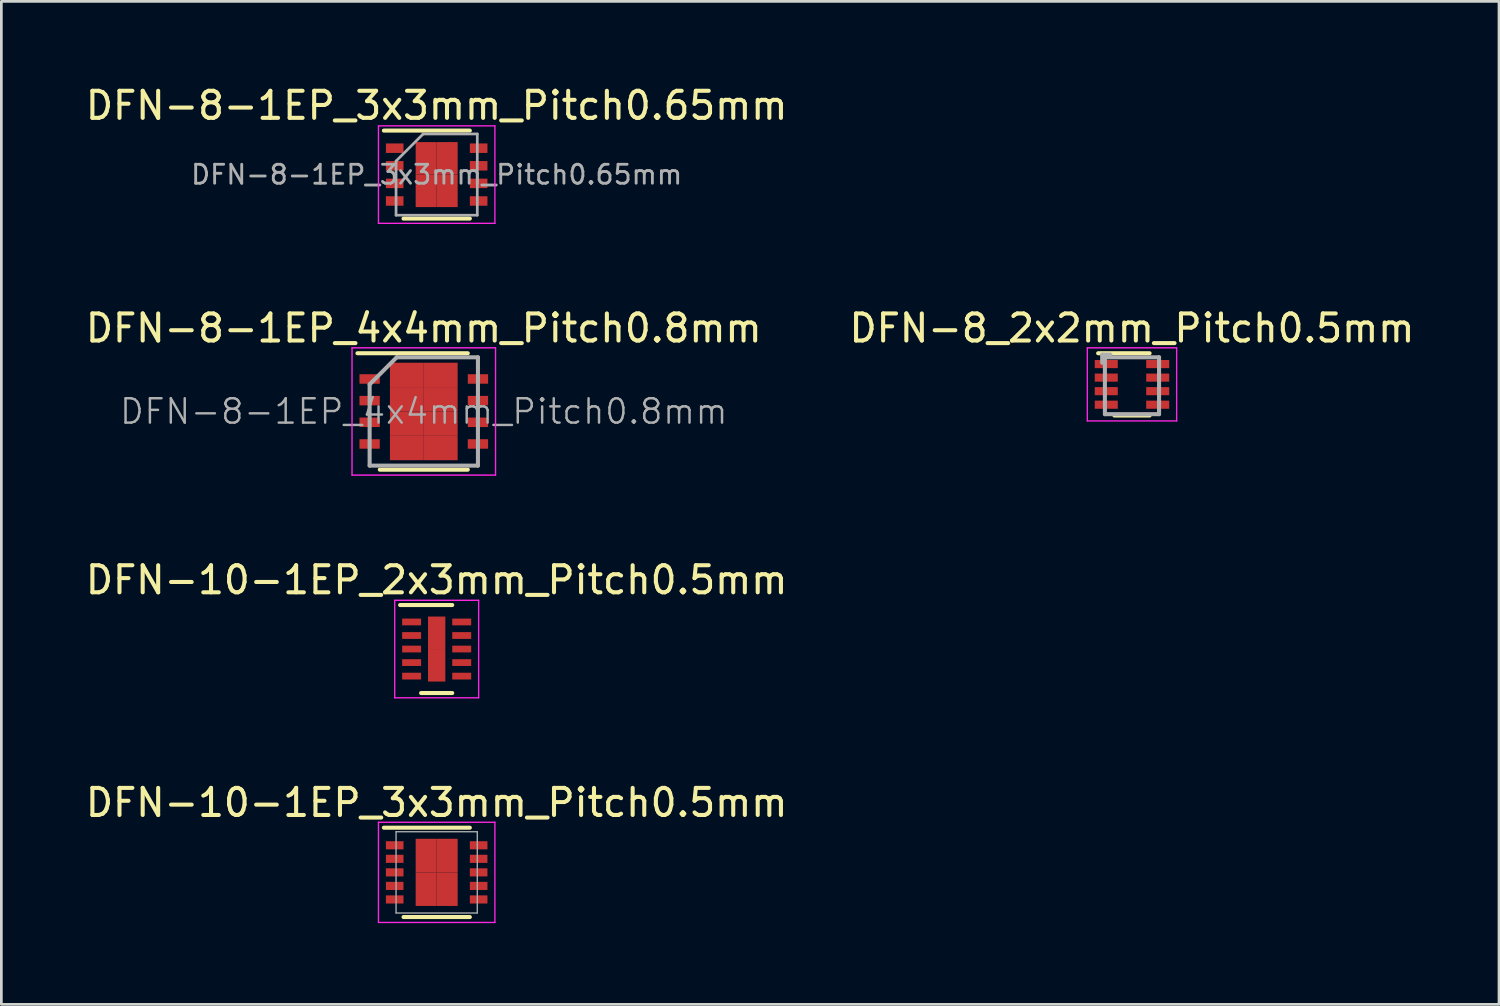
<source format=kicad_pcb>
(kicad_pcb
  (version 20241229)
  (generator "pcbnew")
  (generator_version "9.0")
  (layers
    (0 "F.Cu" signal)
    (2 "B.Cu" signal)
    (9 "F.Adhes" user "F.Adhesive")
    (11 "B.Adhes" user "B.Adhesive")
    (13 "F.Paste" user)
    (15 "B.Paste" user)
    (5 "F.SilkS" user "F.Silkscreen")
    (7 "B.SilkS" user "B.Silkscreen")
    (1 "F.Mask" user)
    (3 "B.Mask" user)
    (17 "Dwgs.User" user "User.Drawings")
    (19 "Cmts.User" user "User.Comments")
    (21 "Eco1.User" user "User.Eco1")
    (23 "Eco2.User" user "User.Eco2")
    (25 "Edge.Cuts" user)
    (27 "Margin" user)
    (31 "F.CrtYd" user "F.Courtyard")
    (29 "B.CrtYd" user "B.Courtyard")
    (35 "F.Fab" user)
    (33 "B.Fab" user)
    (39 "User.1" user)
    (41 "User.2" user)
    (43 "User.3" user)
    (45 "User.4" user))
  (footprint "DFN-8-1EP_4x4mm_Pitch0.8mm"
    (layer "F.Cu")
    (at 12.601 12.146)
    (property "Reference" "DFN-8-1EP_4x4mm_Pitch0.8mm" (at 0 -3.075 0) (layer "F.SilkS") (effects (font (size 1 1) (thickness 0.15))))
    (attr smd)
    (fp_line (start -2.45 -2.15) (end 1.625 -2.15) (stroke (width 0.15) (type solid)) (layer "F.SilkS"))
    (fp_line (start -1.625 2.15) (end 1.625 2.15) (stroke (width 0.15) (type solid)) (layer "F.SilkS"))
    (fp_line (start -2.65 -2.35) (end -2.65 2.35) (stroke (width 0.05) (type solid)) (layer "F.CrtYd"))
    (fp_line (start -2.65 -2.35) (end 2.65 -2.35) (stroke (width 0.05) (type solid)) (layer "F.CrtYd"))
    (fp_line (start -2.65 2.35) (end 2.65 2.35) (stroke (width 0.05) (type solid)) (layer "F.CrtYd"))
    (fp_line (start 2.65 -2.35) (end 2.65 2.35) (stroke (width 0.05) (type solid)) (layer "F.CrtYd"))
    (fp_line (start -2 -1) (end -1 -2) (stroke (width 0.15) (type solid)) (layer "F.Fab"))
    (fp_line (start -2 2) (end -2 -1) (stroke (width 0.15) (type solid)) (layer "F.Fab"))
    (fp_line (start -1 -2) (end 2 -2) (stroke (width 0.15) (type solid)) (layer "F.Fab"))
    (fp_line (start 2 -2) (end 2 2) (stroke (width 0.15) (type solid)) (layer "F.Fab"))
    (fp_line (start 2 2) (end -2 2) (stroke (width 0.15) (type solid)) (layer "F.Fab"))
    (fp_text user "${REFERENCE}" (at 0 0 0) (layer "F.Fab") (effects (font (size 0.9 0.9) (thickness 0.09))))
    (pad "1" smd rect (at -2 -1.2) (size 0.75 0.35) (layers "F.Cu" "F.Mask" "F.Paste"))
    (pad "2" smd rect (at -2 -0.4) (size 0.75 0.35) (layers "F.Cu" "F.Mask" "F.Paste"))
    (pad "3" smd rect (at -2 0.4) (size 0.75 0.35) (layers "F.Cu" "F.Mask" "F.Paste"))
    (pad "4" smd rect (at -2 1.2) (size 0.75 0.35) (layers "F.Cu" "F.Mask" "F.Paste"))
    (pad "5" smd rect (at 2 1.2) (size 0.75 0.35) (layers "F.Cu" "F.Mask" "F.Paste"))
    (pad "6" smd rect (at 2 0.4) (size 0.75 0.35) (layers "F.Cu" "F.Mask" "F.Paste"))
    (pad "7" smd rect (at 2 -0.4) (size 0.75 0.35) (layers "F.Cu" "F.Mask" "F.Paste"))
    (pad "8" smd rect (at 2 -1.2) (size 0.75 0.35) (layers "F.Cu" "F.Mask" "F.Paste"))
    (pad "9" smd rect (at -0.625 -1.35) (size 1.25 0.9) (layers "F.Cu" "F.Mask" "F.Paste"))
    (pad "9" smd rect (at -0.625 -0.45) (size 1.25 0.9) (layers "F.Cu" "F.Mask" "F.Paste"))
    (pad "9" smd rect (at -0.625 0.45) (size 1.25 0.9) (layers "F.Cu" "F.Mask" "F.Paste"))
    (pad "9" smd rect (at -0.625 1.35) (size 1.25 0.9) (layers "F.Cu" "F.Mask" "F.Paste"))
    (pad "9" smd rect (at 0.625 -1.35) (size 1.25 0.9) (layers "F.Cu" "F.Mask" "F.Paste"))
    (pad "9" smd rect (at 0.625 -0.45) (size 1.25 0.9) (layers "F.Cu" "F.Mask" "F.Paste"))
    (pad "9" smd rect (at 0.625 0.45) (size 1.25 0.9) (layers "F.Cu" "F.Mask" "F.Paste"))
    (pad "9" smd rect (at 0.625 1.35) (size 1.25 0.9) (layers "F.Cu" "F.Mask" "F.Paste")))
  (footprint "DFN-8_2x2mm_Pitch0.5mm"
    (layer "F.Cu")
    (at 38.756 11.146)
    (property "Reference" "DFN-8_2x2mm_Pitch0.5mm" (at 0 -2.075 0) (layer "F.SilkS") (effects (font (size 1 1) (thickness 0.15))))
    (attr smd)
    (fp_line (start -1.25 -1.15) (end 0.65 -1.15) (stroke (width 0.15) (type solid)) (layer "F.SilkS"))
    (fp_line (start -0.65 1.15) (end 0.65 1.15) (stroke (width 0.15) (type solid)) (layer "F.SilkS"))
    (fp_line (start -1.65 -1.35) (end -1.65 1.35) (stroke (width 0.05) (type solid)) (layer "F.CrtYd"))
    (fp_line (start -1.65 -1.35) (end 1.65 -1.35) (stroke (width 0.05) (type solid)) (layer "F.CrtYd"))
    (fp_line (start -1.65 1.35) (end 1.65 1.35) (stroke (width 0.05) (type solid)) (layer "F.CrtYd"))
    (fp_line (start 1.65 -1.35) (end 1.65 1.35) (stroke (width 0.05) (type solid)) (layer "F.CrtYd"))
    (fp_line (start -1.1 -1.1) (end -1.1 -0.8) (stroke (width 0.15) (type solid)) (layer "F.Fab"))
    (fp_line (start -1 -1) (end 1 -1) (stroke (width 0.15) (type solid)) (layer "F.Fab"))
    (fp_line (start -1 1.1) (end -1 -1) (stroke (width 0.15) (type solid)) (layer "F.Fab"))
    (fp_line (start -0.8 -1.1) (end -1.1 -1.1) (stroke (width 0.15) (type solid)) (layer "F.Fab"))
    (fp_line (start 1 -1) (end 1 1.1) (stroke (width 0.15) (type solid)) (layer "F.Fab"))
    (fp_line (start 1 1.1) (end -1 1.1) (stroke (width 0.15) (type solid)) (layer "F.Fab"))
    (pad "1" smd rect (at -0.95 -0.75) (size 0.85 0.3) (layers "F.Cu" "F.Mask" "F.Paste"))
    (pad "2" smd rect (at -0.95 -0.25) (size 0.85 0.3) (layers "F.Cu" "F.Mask" "F.Paste"))
    (pad "3" smd rect (at -0.95 0.25) (size 0.85 0.3) (layers "F.Cu" "F.Mask" "F.Paste"))
    (pad "4" smd rect (at -0.95 0.75) (size 0.85 0.3) (layers "F.Cu" "F.Mask" "F.Paste"))
    (pad "5" smd rect (at 0.95 0.75) (size 0.85 0.3) (layers "F.Cu" "F.Mask" "F.Paste"))
    (pad "6" smd rect (at 0.95 0.25) (size 0.85 0.3) (layers "F.Cu" "F.Mask" "F.Paste"))
    (pad "7" smd rect (at 0.95 -0.25) (size 0.85 0.3) (layers "F.Cu" "F.Mask" "F.Paste"))
    (pad "8" smd rect (at 0.95 -0.75) (size 0.85 0.3) (layers "F.Cu" "F.Mask" "F.Paste")))
  (footprint "DFN-10-1EP_3x3mm_Pitch0.5mm"
    (layer "F.Cu")
    (at 13.077 29.168)
    (property "Reference" "DFN-10-1EP_3x3mm_Pitch0.5mm" (at 0 -2.575 0) (layer "F.SilkS") (effects (font (size 1 1) (thickness 0.15))))
    (attr smd)
    (fp_line (start -1.95 -1.65) (end 1.225 -1.65) (stroke (width 0.15) (type solid)) (layer "F.SilkS"))
    (fp_line (start -1.225 1.65) (end 1.225 1.65) (stroke (width 0.15) (type solid)) (layer "F.SilkS"))
    (fp_line (start -2.15 -1.85) (end -2.15 1.85) (stroke (width 0.05) (type solid)) (layer "F.CrtYd"))
    (fp_line (start -2.15 -1.85) (end 2.15 -1.85) (stroke (width 0.05) (type solid)) (layer "F.CrtYd"))
    (fp_line (start -2.15 1.85) (end 2.15 1.85) (stroke (width 0.05) (type solid)) (layer "F.CrtYd"))
    (fp_line (start 2.15 -1.85) (end 2.15 1.85) (stroke (width 0.05) (type solid)) (layer "F.CrtYd"))
    (fp_line (start -1.5 -1.5) (end 1.5 -1.5) (stroke (width 0.05) (type solid)) (layer "F.Fab"))
    (fp_line (start -1.5 1.5) (end -1.5 -1.5) (stroke (width 0.05) (type solid)) (layer "F.Fab"))
    (fp_line (start 1.5 -1.5) (end 1.5 1.5) (stroke (width 0.05) (type solid)) (layer "F.Fab"))
    (fp_line (start 1.5 1.5) (end -1.5 1.5) (stroke (width 0.05) (type solid)) (layer "F.Fab"))
    (pad "1" smd rect (at -1.55 -1) (size 0.65 0.3) (layers "F.Cu" "F.Mask" "F.Paste"))
    (pad "2" smd rect (at -1.55 -0.5) (size 0.65 0.3) (layers "F.Cu" "F.Mask" "F.Paste"))
    (pad "3" smd rect (at -1.55 0) (size 0.65 0.3) (layers "F.Cu" "F.Mask" "F.Paste"))
    (pad "4" smd rect (at -1.55 0.5) (size 0.65 0.3) (layers "F.Cu" "F.Mask" "F.Paste"))
    (pad "5" smd rect (at -1.55 1) (size 0.65 0.3) (layers "F.Cu" "F.Mask" "F.Paste"))
    (pad "6" smd rect (at 1.55 1) (size 0.65 0.3) (layers "F.Cu" "F.Mask" "F.Paste"))
    (pad "7" smd rect (at 1.55 0.5) (size 0.65 0.3) (layers "F.Cu" "F.Mask" "F.Paste"))
    (pad "8" smd rect (at 1.55 0) (size 0.65 0.3) (layers "F.Cu" "F.Mask" "F.Paste"))
    (pad "9" smd rect (at 1.55 -0.5) (size 0.65 0.3) (layers "F.Cu" "F.Mask" "F.Paste"))
    (pad "10" smd rect (at 1.55 -1) (size 0.65 0.3) (layers "F.Cu" "F.Mask" "F.Paste"))
    (pad "11" smd rect (at -0.388 -0.62) (size 0.775 1.24) (layers "F.Cu" "F.Mask" "F.Paste"))
    (pad "11" smd rect (at -0.388 0.62) (size 0.775 1.24) (layers "F.Cu" "F.Mask" "F.Paste"))
    (pad "11" smd rect (at 0.388 -0.62) (size 0.775 1.24) (layers "F.Cu" "F.Mask" "F.Paste"))
    (pad "11" smd rect (at 0.388 0.62) (size 0.775 1.24) (layers "F.Cu" "F.Mask" "F.Paste")))
  (footprint "DFN-10-1EP_2x3mm_Pitch0.5mm"
    (layer "F.Cu")
    (at 13.077 20.92)
    (property "Reference" "DFN-10-1EP_2x3mm_Pitch0.5mm" (at 0 -2.55 0) (layer "F.SilkS") (effects (font (size 1 1) (thickness 0.15))))
    (attr smd)
    (fp_line (start -1.35 -1.625) (end 0.575 -1.625) (stroke (width 0.15) (type solid)) (layer "F.SilkS"))
    (fp_line (start -0.575 1.625) (end 0.575 1.625) (stroke (width 0.15) (type solid)) (layer "F.SilkS"))
    (fp_line (start -1.55 -1.8) (end -1.55 1.8) (stroke (width 0.05) (type solid)) (layer "F.CrtYd"))
    (fp_line (start -1.55 -1.8) (end 1.55 -1.8) (stroke (width 0.05) (type solid)) (layer "F.CrtYd"))
    (fp_line (start -1.55 1.8) (end 1.55 1.8) (stroke (width 0.05) (type solid)) (layer "F.CrtYd"))
    (fp_line (start 1.55 -1.8) (end 1.55 1.8) (stroke (width 0.05) (type solid)) (layer "F.CrtYd"))
    (pad "1" smd rect (at -0.925 -1) (size 0.7 0.25) (layers "F.Cu" "F.Mask" "F.Paste"))
    (pad "2" smd rect (at -0.925 -0.5) (size 0.7 0.25) (layers "F.Cu" "F.Mask" "F.Paste"))
    (pad "3" smd rect (at -0.925 0) (size 0.7 0.25) (layers "F.Cu" "F.Mask" "F.Paste"))
    (pad "4" smd rect (at -0.925 0.5) (size 0.7 0.25) (layers "F.Cu" "F.Mask" "F.Paste"))
    (pad "5" smd rect (at -0.925 1) (size 0.7 0.25) (layers "F.Cu" "F.Mask" "F.Paste"))
    (pad "6" smd rect (at 0.925 1) (size 0.7 0.25) (layers "F.Cu" "F.Mask" "F.Paste"))
    (pad "7" smd rect (at 0.925 0.5) (size 0.7 0.25) (layers "F.Cu" "F.Mask" "F.Paste"))
    (pad "8" smd rect (at 0.925 0) (size 0.7 0.25) (layers "F.Cu" "F.Mask" "F.Paste"))
    (pad "9" smd rect (at 0.925 -0.5) (size 0.7 0.25) (layers "F.Cu" "F.Mask" "F.Paste"))
    (pad "10" smd rect (at 0.925 -1) (size 0.7 0.25) (layers "F.Cu" "F.Mask" "F.Paste"))
    (pad "11" smd rect (at 0 -0.6) (size 0.64 1.2) (layers "F.Cu" "F.Mask" "F.Paste"))
    (pad "11" smd rect (at 0 0.6) (size 0.64 1.2) (layers "F.Cu" "F.Mask" "F.Paste")))
  (footprint "DFN-8-1EP_3x3mm_Pitch0.65mm"
    (layer "F.Cu")
    (at 13.077 3.398)
    (property "Reference" "DFN-8-1EP_3x3mm_Pitch0.65mm" (at 0 -2.55 0) (layer "F.SilkS") (effects (font (size 1 1) (thickness 0.15))))
    (attr smd)
    (fp_line (start -1.95 -1.625) (end 1.225 -1.625) (stroke (width 0.15) (type solid)) (layer "F.SilkS"))
    (fp_line (start -1.225 1.625) (end 1.225 1.625) (stroke (width 0.15) (type solid)) (layer "F.SilkS"))
    (fp_line (start -2.15 -1.8) (end -2.15 1.8) (stroke (width 0.05) (type solid)) (layer "F.CrtYd"))
    (fp_line (start -2.15 -1.8) (end 2.15 -1.8) (stroke (width 0.05) (type solid)) (layer "F.CrtYd"))
    (fp_line (start -2.15 1.8) (end 2.15 1.8) (stroke (width 0.05) (type solid)) (layer "F.CrtYd"))
    (fp_line (start 2.15 -1.8) (end 2.15 1.8) (stroke (width 0.05) (type solid)) (layer "F.CrtYd"))
    (fp_line (start -1.5 -0.5) (end -0.5 -1.5) (stroke (width 0.1) (type solid)) (layer "F.Fab"))
    (fp_line (start -1.5 1.5) (end -1.5 -0.5) (stroke (width 0.1) (type solid)) (layer "F.Fab"))
    (fp_line (start -0.5 -1.5) (end 1.5 -1.5) (stroke (width 0.1) (type solid)) (layer "F.Fab"))
    (fp_line (start 1.5 -1.5) (end 1.5 1.5) (stroke (width 0.1) (type solid)) (layer "F.Fab"))
    (fp_line (start 1.5 1.5) (end -1.5 1.5) (stroke (width 0.1) (type solid)) (layer "F.Fab"))
    (fp_text user "${REFERENCE}" (at 0 0 0) (layer "F.Fab") (effects (font (size 0.7 0.7) (thickness 0.105))))
    (pad "1" smd rect (at -1.55 -0.975) (size 0.65 0.35) (layers "F.Cu" "F.Mask" "F.Paste"))
    (pad "2" smd rect (at -1.55 -0.325) (size 0.65 0.35) (layers "F.Cu" "F.Mask" "F.Paste"))
    (pad "3" smd rect (at -1.55 0.325) (size 0.65 0.35) (layers "F.Cu" "F.Mask" "F.Paste"))
    (pad "4" smd rect (at -1.55 0.975) (size 0.65 0.35) (layers "F.Cu" "F.Mask" "F.Paste"))
    (pad "5" smd rect (at 1.55 0.975) (size 0.65 0.35) (layers "F.Cu" "F.Mask" "F.Paste"))
    (pad "6" smd rect (at 1.55 0.325) (size 0.65 0.35) (layers "F.Cu" "F.Mask" "F.Paste"))
    (pad "7" smd rect (at 1.55 -0.325) (size 0.65 0.35) (layers "F.Cu" "F.Mask" "F.Paste"))
    (pad "8" smd rect (at 1.55 -0.975) (size 0.65 0.35) (layers "F.Cu" "F.Mask" "F.Paste"))
    (pad "9" smd rect (at -0.388 -0.6) (size 0.775 1.2) (layers "F.Cu" "F.Mask" "F.Paste"))
    (pad "9" smd rect (at -0.388 0.6) (size 0.775 1.2) (layers "F.Cu" "F.Mask" "F.Paste"))
    (pad "9" smd rect (at 0.388 -0.6) (size 0.775 1.2) (layers "F.Cu" "F.Mask" "F.Paste"))
    (pad "9" smd rect (at 0.388 0.6) (size 0.775 1.2) (layers "F.Cu" "F.Mask" "F.Paste")))
  (gr_rect
    (start -3 -3)
    (end 52.31 34.043)
    (stroke (width 0.1) (type default))
    (fill no)
    (layer "Edge.Cuts")))
</source>
